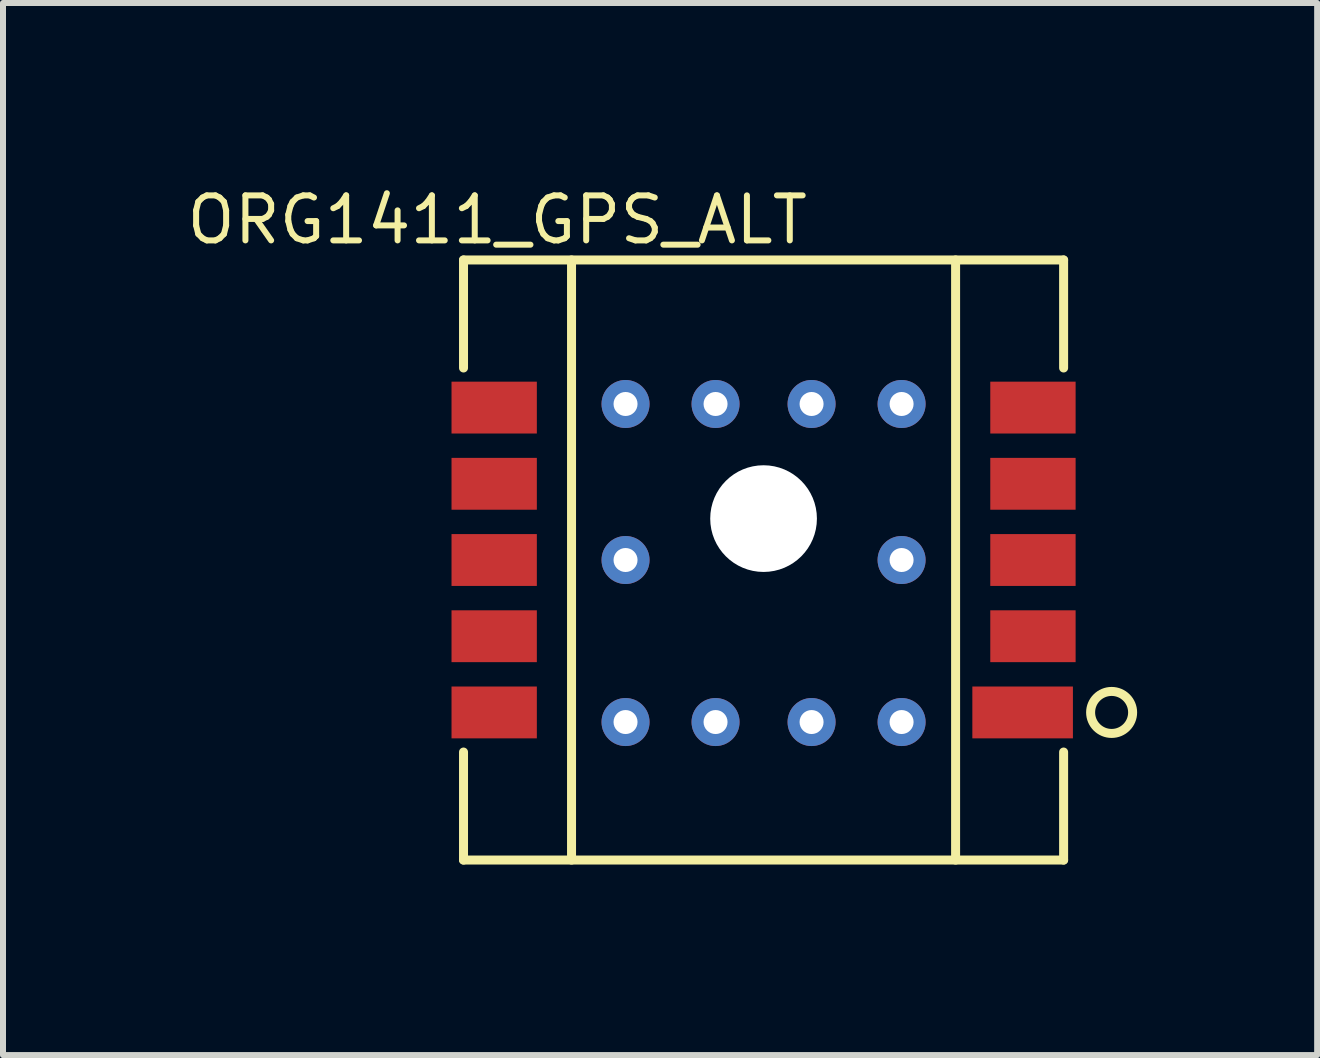
<source format=kicad_pcb>
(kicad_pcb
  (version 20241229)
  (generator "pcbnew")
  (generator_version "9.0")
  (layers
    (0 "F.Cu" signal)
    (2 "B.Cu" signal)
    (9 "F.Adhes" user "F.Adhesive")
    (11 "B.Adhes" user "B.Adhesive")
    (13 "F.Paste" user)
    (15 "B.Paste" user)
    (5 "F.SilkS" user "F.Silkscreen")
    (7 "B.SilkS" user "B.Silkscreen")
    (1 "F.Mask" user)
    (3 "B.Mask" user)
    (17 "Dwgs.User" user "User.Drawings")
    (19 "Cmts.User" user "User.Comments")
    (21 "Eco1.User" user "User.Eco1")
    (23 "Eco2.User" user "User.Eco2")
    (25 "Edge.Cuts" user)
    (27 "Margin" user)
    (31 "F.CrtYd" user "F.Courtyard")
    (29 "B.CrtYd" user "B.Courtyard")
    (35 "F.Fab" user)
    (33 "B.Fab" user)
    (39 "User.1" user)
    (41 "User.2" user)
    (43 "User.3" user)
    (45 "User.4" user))
  (footprint "ORG1411_GPS_ALT"
    (layer "F.Cu")
    (at 4.474 11.282)
    (property "Reference" "ORG1411_GPS_ALT" (at 0.762 -10.668 180) (layer "F.SilkS") (effects (font (size 0.75 0.75) (thickness 0.1))))
    (attr through_hole)
    (fp_line (start 0.2 -10) (end 0.2 -8.2) (stroke (width 0.15) (type solid)) (layer "F.SilkS"))
    (fp_line (start 0.2 -10) (end 10.2 -10) (stroke (width 0.15) (type solid)) (layer "F.SilkS"))
    (fp_line (start 0.2 -1.8) (end 0.2 0) (stroke (width 0.15) (type solid)) (layer "F.SilkS"))
    (fp_line (start 0.2 0) (end 10.2 0) (stroke (width 0.15) (type solid)) (layer "F.SilkS"))
    (fp_line (start 2 -10) (end 2 0) (stroke (width 0.15) (type solid)) (layer "F.SilkS"))
    (fp_line (start 8.4 -10) (end 8.4 0) (stroke (width 0.15) (type solid)) (layer "F.SilkS"))
    (fp_line (start 10.2 -10) (end 10.2 -8.2) (stroke (width 0.15) (type solid)) (layer "F.SilkS"))
    (fp_line (start 10.2 -1.8) (end 10.2 0) (stroke (width 0.15) (type solid)) (layer "F.SilkS"))
    (fp_circle (center 11 -2.46) (end 11.35 -2.46) (stroke (width 0.15) (type solid)) (fill no) (layer "F.SilkS"))
    (pad "" np_thru_hole circle (at 5.2 -5.69) (size 1.778 1.778) (drill 1.778) (layers "*.Cu" "*.Mask"))
    (pad "1" smd rect (at 9.517 -2.46) (size 1.676 0.864) (layers "F.Cu" "F.Mask" "F.Paste"))
    (pad "2" smd rect (at 9.689 -3.73) (size 1.422 0.864) (layers "F.Cu" "F.Mask" "F.Paste"))
    (pad "3" smd rect (at 9.689 -5) (size 1.422 0.864) (layers "F.Cu" "F.Mask" "F.Paste"))
    (pad "4" smd rect (at 9.689 -6.27) (size 1.422 0.864) (layers "F.Cu" "F.Mask" "F.Paste"))
    (pad "5" thru_hole circle (at 2.9 -7.6) (size 0.8 0.8) (drill 0.4) (layers "*.Cu"))
    (pad "5" thru_hole circle (at 2.9 -5) (size 0.8 0.8) (drill 0.4) (layers "*.Cu"))
    (pad "5" thru_hole circle (at 2.9 -2.3) (size 0.8 0.8) (drill 0.4) (layers "*.Cu"))
    (pad "5" thru_hole circle (at 4.4 -7.6) (size 0.8 0.8) (drill 0.4) (layers "*.Cu"))
    (pad "5" thru_hole circle (at 4.4 -2.3) (size 0.8 0.8) (drill 0.4) (layers "*.Cu"))
    (pad "5" thru_hole circle (at 6 -7.6) (size 0.8 0.8) (drill 0.4) (layers "*.Cu"))
    (pad "5" thru_hole circle (at 6 -2.3) (size 0.8 0.8) (drill 0.4) (layers "*.Cu"))
    (pad "5" thru_hole circle (at 7.5 -7.6) (size 0.8 0.8) (drill 0.4) (layers "*.Cu"))
    (pad "5" thru_hole circle (at 7.5 -5) (size 0.8 0.8) (drill 0.4) (layers "*.Cu"))
    (pad "5" thru_hole circle (at 7.5 -2.3) (size 0.8 0.8) (drill 0.4) (layers "*.Cu"))
    (pad "5" smd rect (at 9.689 -7.54) (size 1.422 0.864) (layers "F.Cu" "F.Mask" "F.Paste"))
    (pad "6" smd rect (at 0.711 -7.54) (size 1.422 0.864) (layers "F.Cu" "F.Mask" "F.Paste"))
    (pad "7" smd rect (at 0.711 -6.27) (size 1.422 0.864) (layers "F.Cu" "F.Mask" "F.Paste"))
    (pad "8" smd rect (at 0.711 -5) (size 1.422 0.864) (layers "F.Cu" "F.Mask" "F.Paste"))
    (pad "9" smd rect (at 0.711 -3.73) (size 1.422 0.864) (layers "F.Cu" "F.Mask" "F.Paste"))
    (pad "10" smd rect (at 0.711 -2.46) (size 1.422 0.864) (layers "F.Cu" "F.Mask" "F.Paste")))
  (gr_rect
    (start -3 -3)
    (end 18.899 14.532)
    (stroke (width 0.1) (type default))
    (fill no)
    (layer "Edge.Cuts")))
</source>
